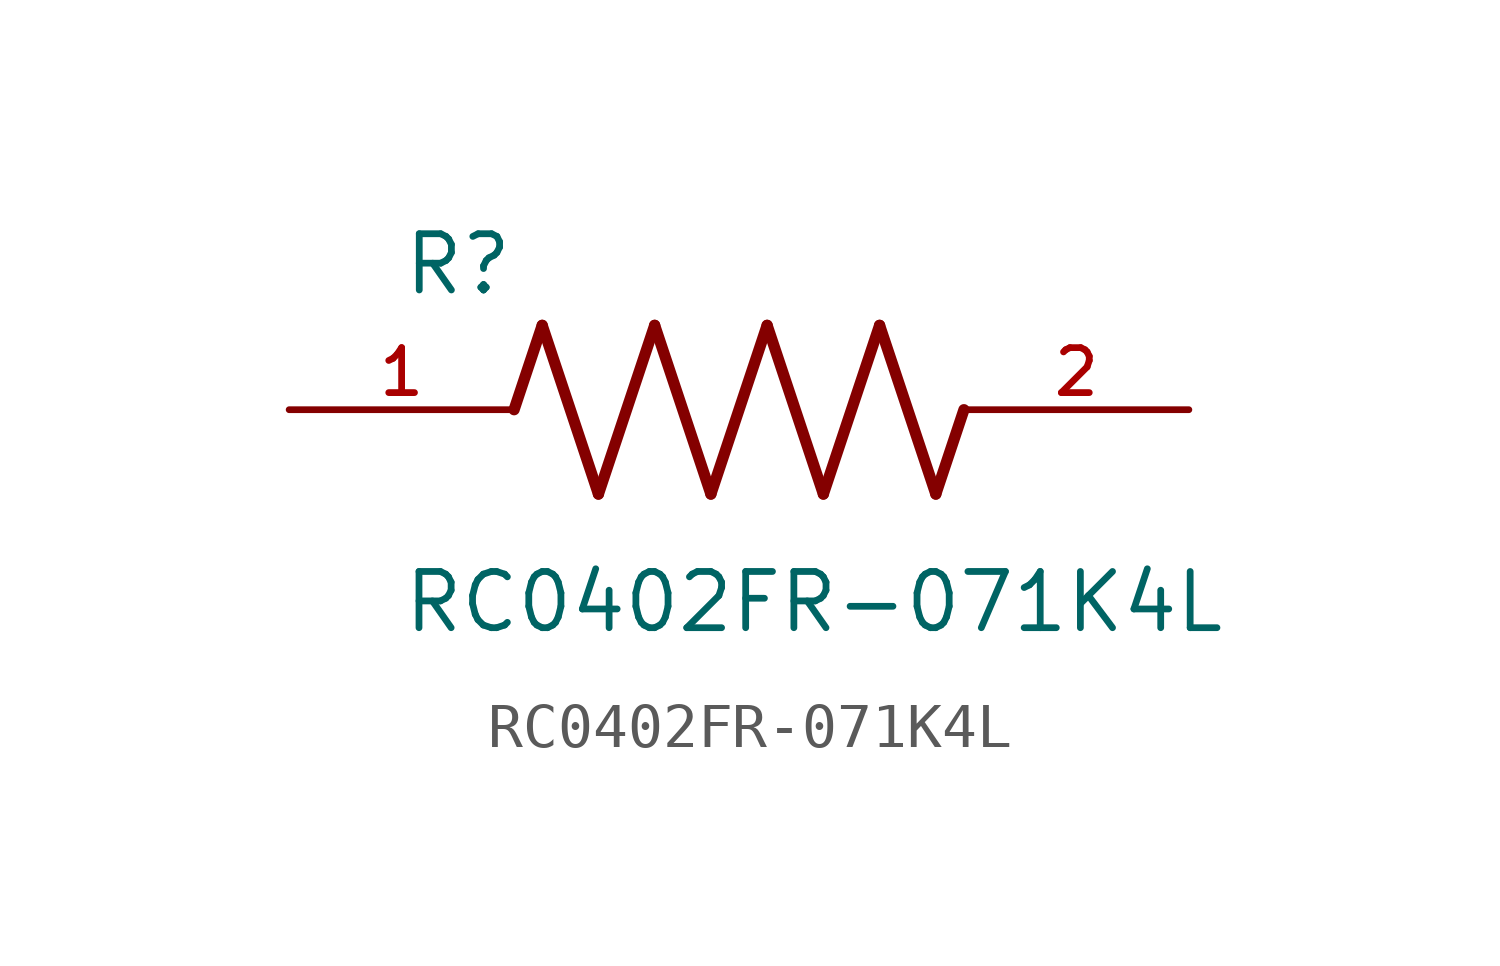
<source format=kicad_sym>
(kicad_symbol_lib
  (version 20211014)
  (generator kicad_symbol_editor)
  (symbol "RC0402FR-071K4L"
    (pin_names
      (offset 1.016))
    (property "Reference" "R"
      (at -7.624 2.541 0)
      (effects (font (size 1.27 1.27)) (justify bottom left)))
    (property "Value" "RC0402FR-071K4L"
      (at -7.63 -5.087 0)
      (effects (font (size 1.27 1.27)) (justify bottom left)))
    (symbol "RC0402FR-071K4L_0_0"
      (polyline (pts (xy -5.08 0.0) (xy -4.445 1.905)) (stroke (width 0.254)))
      (polyline (pts (xy -4.445 1.905) (xy -3.175 -1.905)) (stroke (width 0.254)))
      (polyline (pts (xy -3.175 -1.905) (xy -1.905 1.905)) (stroke (width 0.254)))
      (polyline (pts (xy -1.905 1.905) (xy -0.635 -1.905)) (stroke (width 0.254)))
      (polyline (pts (xy -0.635 -1.905) (xy 0.635 1.905)) (stroke (width 0.254)))
      (polyline (pts (xy 0.635 1.905) (xy 1.905 -1.905)) (stroke (width 0.254)))
      (polyline (pts (xy 1.905 -1.905) (xy 3.175 1.905)) (stroke (width 0.254)))
      (polyline (pts (xy 3.175 1.905) (xy 4.445 -1.905)) (stroke (width 0.254)))
      (polyline (pts (xy 4.445 -1.905) (xy 5.08 0.0)) (stroke (width 0.254)))
      (pin passive line (at -10.16 0.0 0) (length 5.08) (name "~" (effects (font (size 1.016 1.016)))) (number "1" (effects (font (size 1.016 1.016)))))
      (pin passive line (at 10.16 0.0 180.0) (length 5.08) (name "~" (effects (font (size 1.016 1.016)))) (number "2" (effects (font (size 1.016 1.016))))))))
</source>
